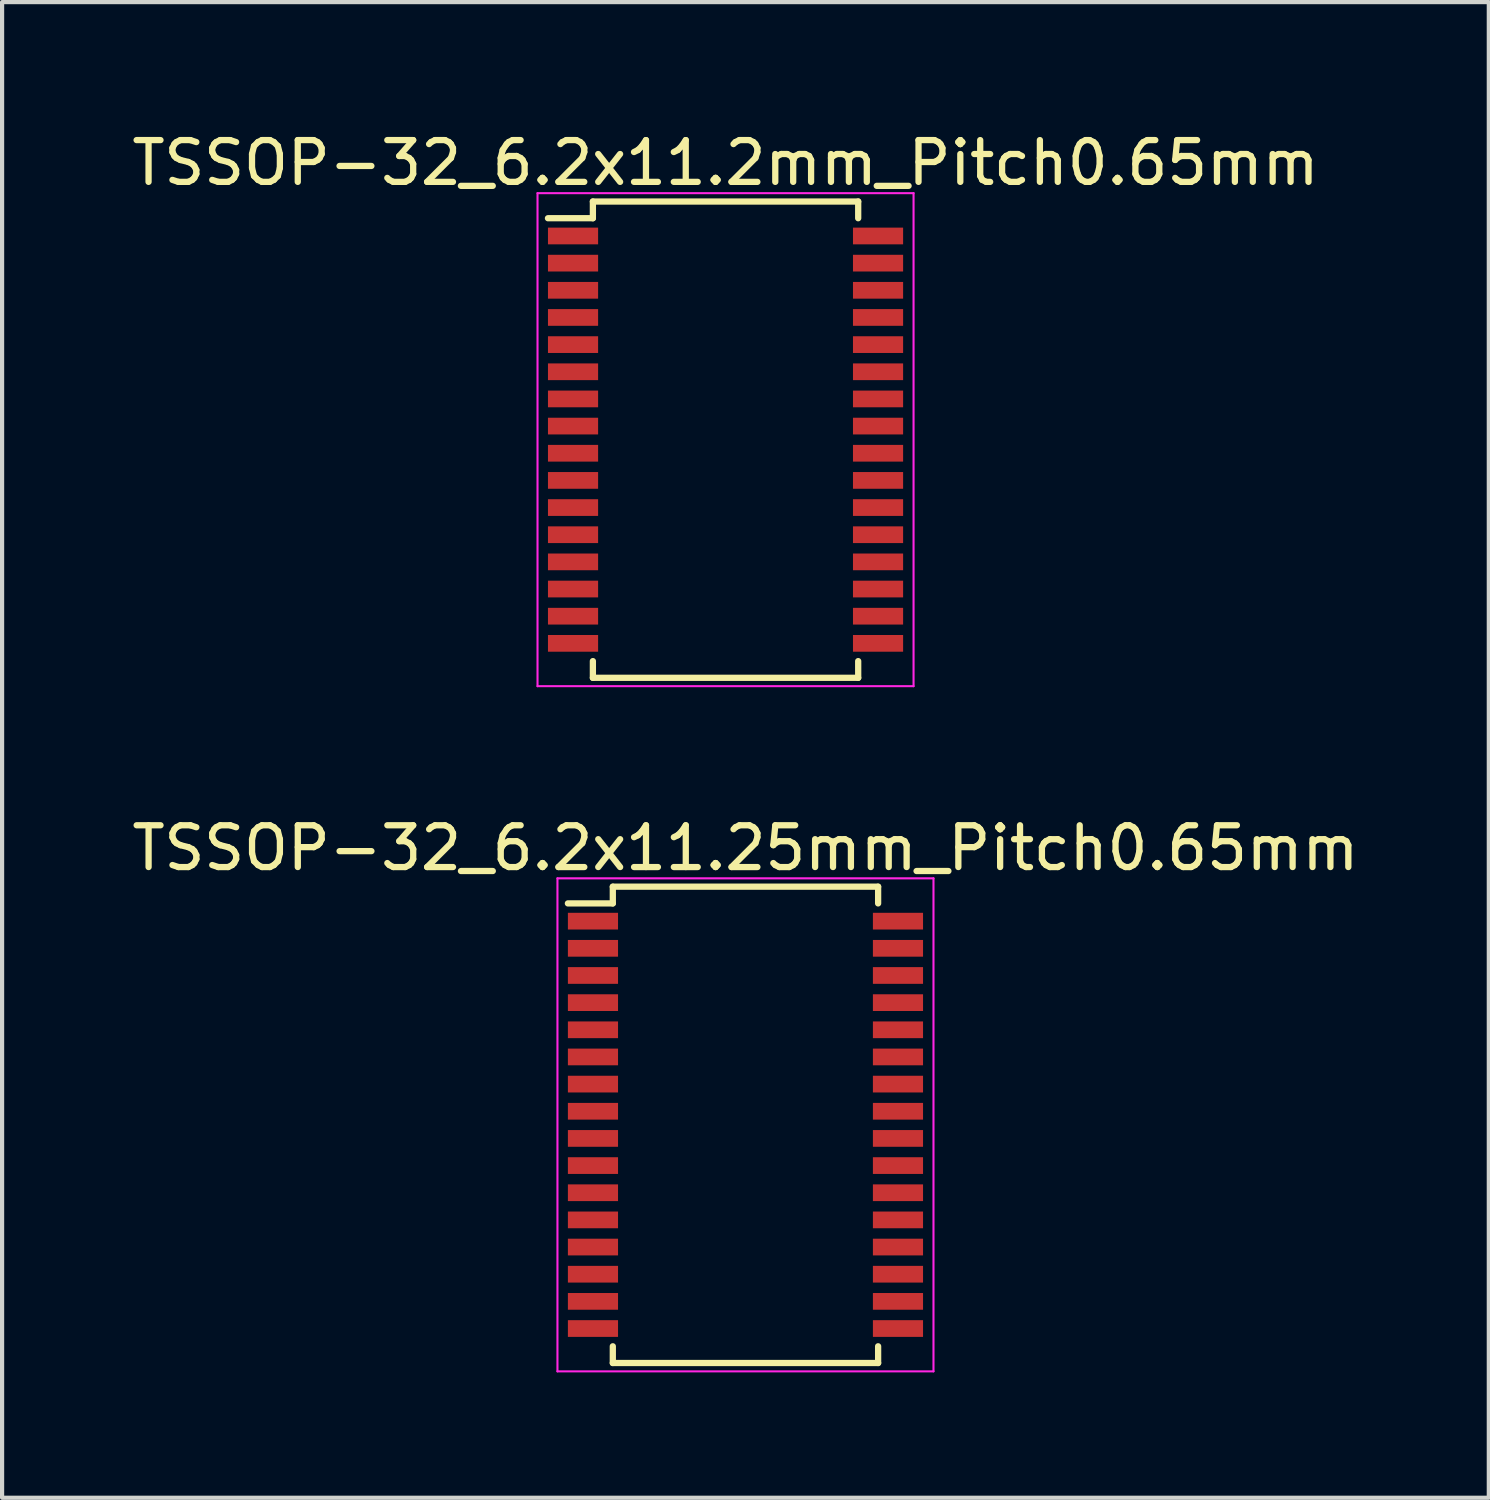
<source format=kicad_pcb>
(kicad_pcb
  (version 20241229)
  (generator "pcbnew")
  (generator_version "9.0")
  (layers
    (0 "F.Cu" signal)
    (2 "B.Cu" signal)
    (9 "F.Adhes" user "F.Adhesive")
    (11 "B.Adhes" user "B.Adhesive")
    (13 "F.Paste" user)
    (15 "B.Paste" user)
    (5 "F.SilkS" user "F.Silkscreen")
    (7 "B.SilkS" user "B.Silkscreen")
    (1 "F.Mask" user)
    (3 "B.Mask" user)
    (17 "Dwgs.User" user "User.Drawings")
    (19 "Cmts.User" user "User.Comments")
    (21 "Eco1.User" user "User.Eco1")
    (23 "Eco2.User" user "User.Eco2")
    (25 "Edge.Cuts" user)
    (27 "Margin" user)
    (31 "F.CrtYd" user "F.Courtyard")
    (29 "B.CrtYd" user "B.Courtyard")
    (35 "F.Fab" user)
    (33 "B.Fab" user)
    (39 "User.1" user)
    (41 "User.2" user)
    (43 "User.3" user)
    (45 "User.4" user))
  (footprint "TSSOP-32_6.2x11.25mm_Pitch0.65mm"
    (layer "F.Cu")
    (at 14.792 23.872)
    (property "Reference" "TSSOP-32_6.2x11.25mm_Pitch0.65mm" (at 0 -6.625 0) (layer "F.SilkS") (effects (font (size 1 1) (thickness 0.15))))
    (attr smd)
    (fp_line (start -3.175 -5.7) (end -3.175 -5.3) (stroke (width 0.15) (type solid)) (layer "F.SilkS"))
    (fp_line (start -3.175 -5.7) (end 3.175 -5.7) (stroke (width 0.15) (type solid)) (layer "F.SilkS"))
    (fp_line (start -3.175 -5.3) (end -4.25 -5.3) (stroke (width 0.15) (type solid)) (layer "F.SilkS"))
    (fp_line (start -3.175 5.7) (end -3.175 5.3) (stroke (width 0.15) (type solid)) (layer "F.SilkS"))
    (fp_line (start -3.175 5.7) (end 3.175 5.7) (stroke (width 0.15) (type solid)) (layer "F.SilkS"))
    (fp_line (start 3.175 -5.7) (end 3.175 -5.3) (stroke (width 0.15) (type solid)) (layer "F.SilkS"))
    (fp_line (start 3.175 5.7) (end 3.175 5.3) (stroke (width 0.15) (type solid)) (layer "F.SilkS"))
    (fp_line (start -4.5 -5.9) (end -4.5 5.9) (stroke (width 0.05) (type solid)) (layer "F.CrtYd"))
    (fp_line (start -4.5 -5.9) (end 4.5 -5.9) (stroke (width 0.05) (type solid)) (layer "F.CrtYd"))
    (fp_line (start -4.5 5.9) (end 4.5 5.9) (stroke (width 0.05) (type solid)) (layer "F.CrtYd"))
    (fp_line (start 4.5 -5.9) (end 4.5 5.9) (stroke (width 0.05) (type solid)) (layer "F.CrtYd"))
    (pad "1" smd rect (at -3.65 -4.875) (size 1.2 0.4) (layers "F.Cu" "F.Mask" "F.Paste"))
    (pad "2" smd rect (at -3.65 -4.225) (size 1.2 0.4) (layers "F.Cu" "F.Mask" "F.Paste"))
    (pad "3" smd rect (at -3.65 -3.575) (size 1.2 0.4) (layers "F.Cu" "F.Mask" "F.Paste"))
    (pad "4" smd rect (at -3.65 -2.925) (size 1.2 0.4) (layers "F.Cu" "F.Mask" "F.Paste"))
    (pad "5" smd rect (at -3.65 -2.275) (size 1.2 0.4) (layers "F.Cu" "F.Mask" "F.Paste"))
    (pad "6" smd rect (at -3.65 -1.625) (size 1.2 0.4) (layers "F.Cu" "F.Mask" "F.Paste"))
    (pad "7" smd rect (at -3.65 -0.975) (size 1.2 0.4) (layers "F.Cu" "F.Mask" "F.Paste"))
    (pad "8" smd rect (at -3.65 -0.325) (size 1.2 0.4) (layers "F.Cu" "F.Mask" "F.Paste"))
    (pad "9" smd rect (at -3.65 0.325) (size 1.2 0.4) (layers "F.Cu" "F.Mask" "F.Paste"))
    (pad "10" smd rect (at -3.65 0.975) (size 1.2 0.4) (layers "F.Cu" "F.Mask" "F.Paste"))
    (pad "11" smd rect (at -3.65 1.625) (size 1.2 0.4) (layers "F.Cu" "F.Mask" "F.Paste"))
    (pad "12" smd rect (at -3.65 2.275) (size 1.2 0.4) (layers "F.Cu" "F.Mask" "F.Paste"))
    (pad "13" smd rect (at -3.65 2.925) (size 1.2 0.4) (layers "F.Cu" "F.Mask" "F.Paste"))
    (pad "14" smd rect (at -3.65 3.575) (size 1.2 0.4) (layers "F.Cu" "F.Mask" "F.Paste"))
    (pad "15" smd rect (at -3.65 4.225) (size 1.2 0.4) (layers "F.Cu" "F.Mask" "F.Paste"))
    (pad "16" smd rect (at -3.65 4.875) (size 1.2 0.4) (layers "F.Cu" "F.Mask" "F.Paste"))
    (pad "17" smd rect (at 3.65 4.875) (size 1.2 0.4) (layers "F.Cu" "F.Mask" "F.Paste"))
    (pad "18" smd rect (at 3.65 4.225) (size 1.2 0.4) (layers "F.Cu" "F.Mask" "F.Paste"))
    (pad "19" smd rect (at 3.65 3.575) (size 1.2 0.4) (layers "F.Cu" "F.Mask" "F.Paste"))
    (pad "20" smd rect (at 3.65 2.925) (size 1.2 0.4) (layers "F.Cu" "F.Mask" "F.Paste"))
    (pad "21" smd rect (at 3.65 2.275) (size 1.2 0.4) (layers "F.Cu" "F.Mask" "F.Paste"))
    (pad "22" smd rect (at 3.65 1.625) (size 1.2 0.4) (layers "F.Cu" "F.Mask" "F.Paste"))
    (pad "23" smd rect (at 3.65 0.975) (size 1.2 0.4) (layers "F.Cu" "F.Mask" "F.Paste"))
    (pad "24" smd rect (at 3.65 0.325) (size 1.2 0.4) (layers "F.Cu" "F.Mask" "F.Paste"))
    (pad "25" smd rect (at 3.65 -0.325) (size 1.2 0.4) (layers "F.Cu" "F.Mask" "F.Paste"))
    (pad "26" smd rect (at 3.65 -0.975) (size 1.2 0.4) (layers "F.Cu" "F.Mask" "F.Paste"))
    (pad "27" smd rect (at 3.65 -1.625) (size 1.2 0.4) (layers "F.Cu" "F.Mask" "F.Paste"))
    (pad "28" smd rect (at 3.65 -2.275) (size 1.2 0.4) (layers "F.Cu" "F.Mask" "F.Paste"))
    (pad "29" smd rect (at 3.65 -2.925) (size 1.2 0.4) (layers "F.Cu" "F.Mask" "F.Paste"))
    (pad "30" smd rect (at 3.65 -3.575) (size 1.2 0.4) (layers "F.Cu" "F.Mask" "F.Paste"))
    (pad "31" smd rect (at 3.65 -4.225) (size 1.2 0.4) (layers "F.Cu" "F.Mask" "F.Paste"))
    (pad "32" smd rect (at 3.65 -4.875) (size 1.2 0.4) (layers "F.Cu" "F.Mask" "F.Paste")))
  (footprint "TSSOP-32_6.2x11.2mm_Pitch0.65mm"
    (layer "F.Cu")
    (at 14.315 7.473)
    (property "Reference" "TSSOP-32_6.2x11.2mm_Pitch0.65mm" (at 0 -6.625 0) (layer "F.SilkS") (effects (font (size 1 1) (thickness 0.15))))
    (attr smd)
    (fp_line (start -3.175 -5.7) (end -3.175 -5.3) (stroke (width 0.15) (type solid)) (layer "F.SilkS"))
    (fp_line (start -3.175 -5.7) (end 3.175 -5.7) (stroke (width 0.15) (type solid)) (layer "F.SilkS"))
    (fp_line (start -3.175 -5.3) (end -4.25 -5.3) (stroke (width 0.15) (type solid)) (layer "F.SilkS"))
    (fp_line (start -3.175 5.7) (end -3.175 5.3) (stroke (width 0.15) (type solid)) (layer "F.SilkS"))
    (fp_line (start -3.175 5.7) (end 3.175 5.7) (stroke (width 0.15) (type solid)) (layer "F.SilkS"))
    (fp_line (start 3.175 -5.7) (end 3.175 -5.3) (stroke (width 0.15) (type solid)) (layer "F.SilkS"))
    (fp_line (start 3.175 5.7) (end 3.175 5.3) (stroke (width 0.15) (type solid)) (layer "F.SilkS"))
    (fp_line (start -4.5 -5.9) (end -4.5 5.9) (stroke (width 0.05) (type solid)) (layer "F.CrtYd"))
    (fp_line (start -4.5 -5.9) (end 4.5 -5.9) (stroke (width 0.05) (type solid)) (layer "F.CrtYd"))
    (fp_line (start -4.5 5.9) (end 4.5 5.9) (stroke (width 0.05) (type solid)) (layer "F.CrtYd"))
    (fp_line (start 4.5 -5.9) (end 4.5 5.9) (stroke (width 0.05) (type solid)) (layer "F.CrtYd"))
    (pad "1" smd rect (at -3.65 -4.875) (size 1.2 0.4) (layers "F.Cu" "F.Mask" "F.Paste"))
    (pad "2" smd rect (at -3.65 -4.225) (size 1.2 0.4) (layers "F.Cu" "F.Mask" "F.Paste"))
    (pad "3" smd rect (at -3.65 -3.575) (size 1.2 0.4) (layers "F.Cu" "F.Mask" "F.Paste"))
    (pad "4" smd rect (at -3.65 -2.925) (size 1.2 0.4) (layers "F.Cu" "F.Mask" "F.Paste"))
    (pad "5" smd rect (at -3.65 -2.275) (size 1.2 0.4) (layers "F.Cu" "F.Mask" "F.Paste"))
    (pad "6" smd rect (at -3.65 -1.625) (size 1.2 0.4) (layers "F.Cu" "F.Mask" "F.Paste"))
    (pad "7" smd rect (at -3.65 -0.975) (size 1.2 0.4) (layers "F.Cu" "F.Mask" "F.Paste"))
    (pad "8" smd rect (at -3.65 -0.325) (size 1.2 0.4) (layers "F.Cu" "F.Mask" "F.Paste"))
    (pad "9" smd rect (at -3.65 0.325) (size 1.2 0.4) (layers "F.Cu" "F.Mask" "F.Paste"))
    (pad "10" smd rect (at -3.65 0.975) (size 1.2 0.4) (layers "F.Cu" "F.Mask" "F.Paste"))
    (pad "11" smd rect (at -3.65 1.625) (size 1.2 0.4) (layers "F.Cu" "F.Mask" "F.Paste"))
    (pad "12" smd rect (at -3.65 2.275) (size 1.2 0.4) (layers "F.Cu" "F.Mask" "F.Paste"))
    (pad "13" smd rect (at -3.65 2.925) (size 1.2 0.4) (layers "F.Cu" "F.Mask" "F.Paste"))
    (pad "14" smd rect (at -3.65 3.575) (size 1.2 0.4) (layers "F.Cu" "F.Mask" "F.Paste"))
    (pad "15" smd rect (at -3.65 4.225) (size 1.2 0.4) (layers "F.Cu" "F.Mask" "F.Paste"))
    (pad "16" smd rect (at -3.65 4.875) (size 1.2 0.4) (layers "F.Cu" "F.Mask" "F.Paste"))
    (pad "17" smd rect (at 3.65 4.875) (size 1.2 0.4) (layers "F.Cu" "F.Mask" "F.Paste"))
    (pad "18" smd rect (at 3.65 4.225) (size 1.2 0.4) (layers "F.Cu" "F.Mask" "F.Paste"))
    (pad "19" smd rect (at 3.65 3.575) (size 1.2 0.4) (layers "F.Cu" "F.Mask" "F.Paste"))
    (pad "20" smd rect (at 3.65 2.925) (size 1.2 0.4) (layers "F.Cu" "F.Mask" "F.Paste"))
    (pad "21" smd rect (at 3.65 2.275) (size 1.2 0.4) (layers "F.Cu" "F.Mask" "F.Paste"))
    (pad "22" smd rect (at 3.65 1.625) (size 1.2 0.4) (layers "F.Cu" "F.Mask" "F.Paste"))
    (pad "23" smd rect (at 3.65 0.975) (size 1.2 0.4) (layers "F.Cu" "F.Mask" "F.Paste"))
    (pad "24" smd rect (at 3.65 0.325) (size 1.2 0.4) (layers "F.Cu" "F.Mask" "F.Paste"))
    (pad "25" smd rect (at 3.65 -0.325) (size 1.2 0.4) (layers "F.Cu" "F.Mask" "F.Paste"))
    (pad "26" smd rect (at 3.65 -0.975) (size 1.2 0.4) (layers "F.Cu" "F.Mask" "F.Paste"))
    (pad "27" smd rect (at 3.65 -1.625) (size 1.2 0.4) (layers "F.Cu" "F.Mask" "F.Paste"))
    (pad "28" smd rect (at 3.65 -2.275) (size 1.2 0.4) (layers "F.Cu" "F.Mask" "F.Paste"))
    (pad "29" smd rect (at 3.65 -2.925) (size 1.2 0.4) (layers "F.Cu" "F.Mask" "F.Paste"))
    (pad "30" smd rect (at 3.65 -3.575) (size 1.2 0.4) (layers "F.Cu" "F.Mask" "F.Paste"))
    (pad "31" smd rect (at 3.65 -4.225) (size 1.2 0.4) (layers "F.Cu" "F.Mask" "F.Paste"))
    (pad "32" smd rect (at 3.65 -4.875) (size 1.2 0.4) (layers "F.Cu" "F.Mask" "F.Paste")))
  (gr_rect
    (start -3 -3)
    (end 32.583 32.797)
    (stroke (width 0.1) (type default))
    (fill no)
    (layer "Edge.Cuts")))
</source>
